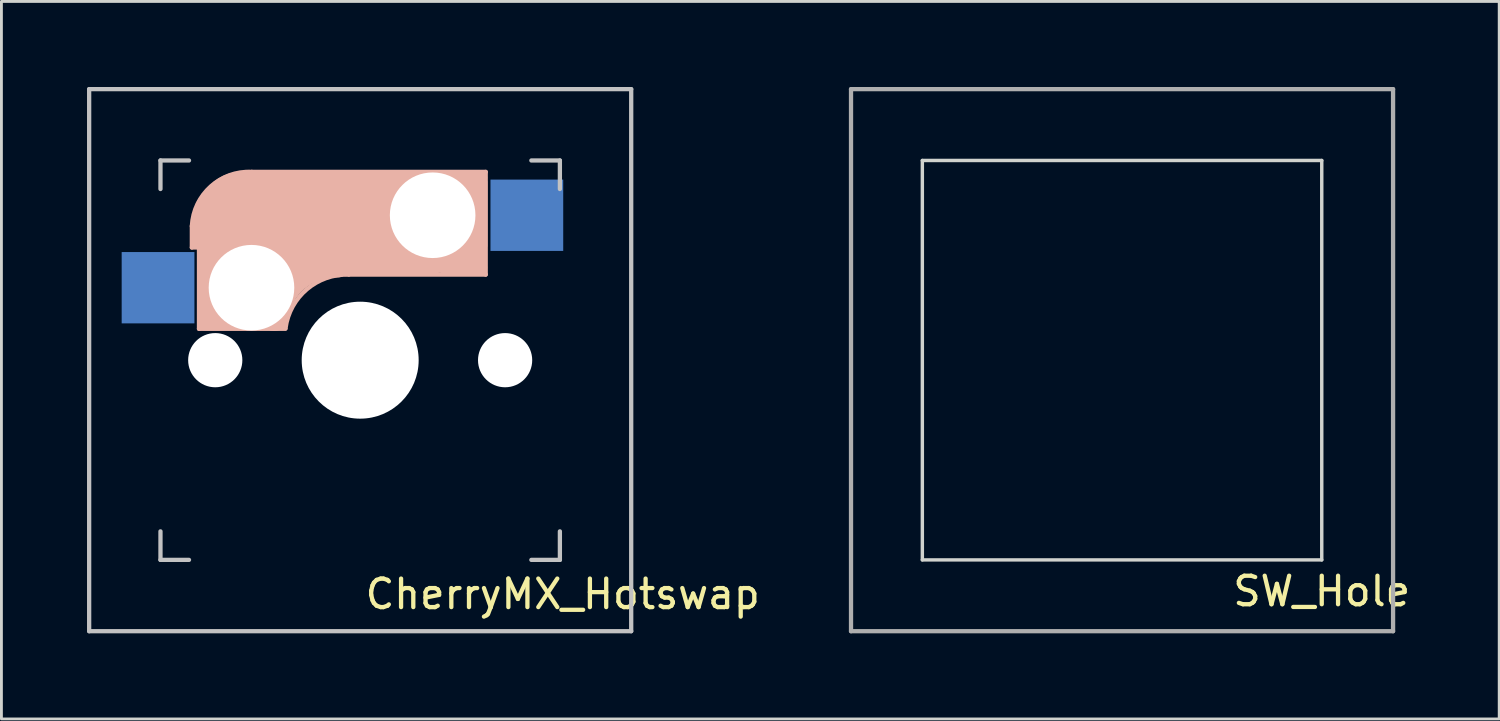
<source format=kicad_pcb>
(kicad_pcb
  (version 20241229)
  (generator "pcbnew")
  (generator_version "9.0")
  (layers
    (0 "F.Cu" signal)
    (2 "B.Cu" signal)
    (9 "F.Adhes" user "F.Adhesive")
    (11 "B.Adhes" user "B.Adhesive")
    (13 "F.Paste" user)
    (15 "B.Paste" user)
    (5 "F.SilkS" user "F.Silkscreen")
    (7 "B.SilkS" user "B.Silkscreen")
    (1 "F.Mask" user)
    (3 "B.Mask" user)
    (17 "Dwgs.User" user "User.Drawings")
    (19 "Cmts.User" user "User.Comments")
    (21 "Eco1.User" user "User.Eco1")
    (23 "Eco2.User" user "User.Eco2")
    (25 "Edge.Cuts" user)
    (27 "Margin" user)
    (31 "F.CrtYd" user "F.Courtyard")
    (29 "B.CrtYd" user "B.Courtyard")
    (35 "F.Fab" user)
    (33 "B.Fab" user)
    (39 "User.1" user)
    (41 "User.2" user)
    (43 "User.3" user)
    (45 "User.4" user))
  (footprint "CherryMX_Hotswap"
    (layer "F.Cu")
    (at 9.575 9.575)
    (property "Reference" "CherryMX_Hotswap" (at 7.1 8.2 0) (layer "F.SilkS") (effects (font (size 1 1) (thickness 0.15))))
    (attr through_hole)
    (fp_line (start -5.9 -4.7) (end -5.9 -3.95) (stroke (width 0.15) (type solid)) (layer "B.SilkS"))
    (fp_line (start -5.9 -3.95) (end -5.7 -3.95) (stroke (width 0.15) (type solid)) (layer "B.SilkS"))
    (fp_line (start -5.8 -4.05) (end -5.8 -4.7) (stroke (width 0.3) (type solid)) (layer "B.SilkS"))
    (fp_line (start -5.65 -5.55) (end -5.65 -1.1) (stroke (width 0.15) (type solid)) (layer "B.SilkS"))
    (fp_line (start -5.65 -1.1) (end -2.62 -1.1) (stroke (width 0.15) (type solid)) (layer "B.SilkS"))
    (fp_line (start -5.45 -1.3) (end -3 -1.3) (stroke (width 0.5) (type solid)) (layer "B.SilkS"))
    (fp_line (start -5.3 -1.6) (end -5.3 -3.4) (stroke (width 0.8) (type solid)) (layer "B.SilkS"))
    (fp_line (start -4.17 -5.1) (end -4.17 -2.86) (stroke (width 3) (type solid)) (layer "B.SilkS"))
    (fp_line (start -0.4 -3) (end 4.4 -3) (stroke (width 0.15) (type solid)) (layer "B.SilkS"))
    (fp_line (start 2.6 -4.8) (end -4.1 -4.8) (stroke (width 3.5) (type solid)) (layer "B.SilkS"))
    (fp_line (start 3.9 -6) (end 3.9 -3.5) (stroke (width 1) (type solid)) (layer "B.SilkS"))
    (fp_line (start 4.2 -3.25) (end 2.9 -3.3) (stroke (width 0.5) (type solid)) (layer "B.SilkS"))
    (fp_line (start 4.25 -6.4) (end 3 -6.4) (stroke (width 0.4) (type solid)) (layer "B.SilkS"))
    (fp_line (start 4.38 -4) (end 4.38 -6.25) (stroke (width 0.15) (type solid)) (layer "B.SilkS"))
    (fp_line (start 4.4 -6.6) (end -3.8 -6.6) (stroke (width 0.15) (type solid)) (layer "B.SilkS"))
    (fp_line (start 4.4 -3) (end 4.4 -6.6) (stroke (width 0.15) (type solid)) (layer "B.SilkS"))
    (fp_arc (start -5.9 -4.699999) (mid -5.243504 -6.084924) (end -3.800001 -6.6) (stroke (width 0.15) (type solid)) (layer "B.SilkS"))
    (fp_arc (start -3.016318 -1.521471) (mid -2.268709 -2.886118) (end -0.8 -3.4) (stroke (width 1) (type solid)) (layer "B.SilkS"))
    (fp_arc (start -2.616318 -1.121471) (mid -1.868709 -2.486118) (end -0.4 -3) (stroke (width 0.15) (type solid)) (layer "B.SilkS"))
    (fp_line (start -9.5 -9.5) (end 9.5 -9.5) (stroke (width 0.15) (type solid)) (layer "Dwgs.User"))
    (fp_line (start -9.5 9.5) (end -9.5 -9.5) (stroke (width 0.15) (type solid)) (layer "Dwgs.User"))
    (fp_line (start -7 -7) (end -6 -7) (stroke (width 0.15) (type solid)) (layer "Dwgs.User"))
    (fp_line (start -7 -6) (end -7 -7) (stroke (width 0.15) (type solid)) (layer "Dwgs.User"))
    (fp_line (start -7 6) (end -7 7) (stroke (width 0.15) (type solid)) (layer "Dwgs.User"))
    (fp_line (start -7 7) (end -6 7) (stroke (width 0.15) (type solid)) (layer "Dwgs.User"))
    (fp_line (start 6 7) (end 7 7) (stroke (width 0.15) (type solid)) (layer "Dwgs.User"))
    (fp_line (start 7 -7) (end 6 -7) (stroke (width 0.15) (type solid)) (layer "Dwgs.User"))
    (fp_line (start 7 -7) (end 7 -6) (stroke (width 0.15) (type solid)) (layer "Dwgs.User"))
    (fp_line (start 7 7) (end 7 6) (stroke (width 0.15) (type solid)) (layer "Dwgs.User"))
    (fp_line (start 9.5 -9.5) (end 9.5 9.5) (stroke (width 0.15) (type solid)) (layer "Dwgs.User"))
    (fp_line (start 9.5 9.5) (end -9.5 9.5) (stroke (width 0.15) (type solid)) (layer "Dwgs.User"))
    (pad "" np_thru_hole circle (at -5.08 0) (size 1.9 1.9) (drill 1.9) (layers "*.Cu" "*.Mask"))
    (pad "" np_thru_hole circle (at -3.81 -2.54) (size 3 3) (drill 3) (layers "*.Cu" "*.Mask"))
    (pad "" np_thru_hole circle (at 0 0 90) (size 4.1 4.1) (drill 4.1) (layers "*.Cu" "*.Mask"))
    (pad "" np_thru_hole circle (at 2.54 -5.08) (size 3 3) (drill 3) (layers "*.Cu" "*.Mask"))
    (pad "" np_thru_hole circle (at 5.08 0) (size 1.9 1.9) (drill 1.9) (layers "*.Cu" "*.Mask"))
    (pad "1" smd rect (at -7.085 -2.54 180) (size 2.55 2.5) (layers "B.Cu" "B.Mask" "B.Paste"))
    (pad "2" smd rect (at 5.842 -5.08 180) (size 2.55 2.5) (layers "B.Cu" "B.Mask" "B.Paste")))
  (footprint "SW_Hole"
    (layer "F.Cu")
    (at 36.28 9.575)
    (property "Reference" "SW_Hole" (at 7 8.1 0) (layer "F.SilkS") (effects (font (size 1 1) (thickness 0.15))))
    (attr through_hole)
    (fp_line (start -7 -7) (end -7 7) (stroke (width 0.12) (type solid)) (layer "Edge.Cuts"))
    (fp_line (start -7 7) (end 7 7) (stroke (width 0.12) (type solid)) (layer "Edge.Cuts"))
    (fp_line (start 7 -7) (end -7 -7) (stroke (width 0.12) (type solid)) (layer "Edge.Cuts"))
    (fp_line (start 7 7) (end 7 -7) (stroke (width 0.12) (type solid)) (layer "Edge.Cuts"))
    (fp_line (start -9.5 -9.5) (end -9.5 9.5) (stroke (width 0.15) (type solid)) (layer "F.Fab"))
    (fp_line (start -9.5 9.5) (end 9.5 9.5) (stroke (width 0.15) (type solid)) (layer "F.Fab"))
    (fp_line (start 9.5 -9.5) (end -9.5 -9.5) (stroke (width 0.15) (type solid)) (layer "F.Fab"))
    (fp_line (start 9.5 9.5) (end 9.5 -9.5) (stroke (width 0.15) (type solid)) (layer "F.Fab")))
  (gr_rect
    (start -3 -3)
    (end 49.5 22.15)
    (stroke (width 0.1) (type default))
    (fill no)
    (layer "Edge.Cuts")))
</source>
